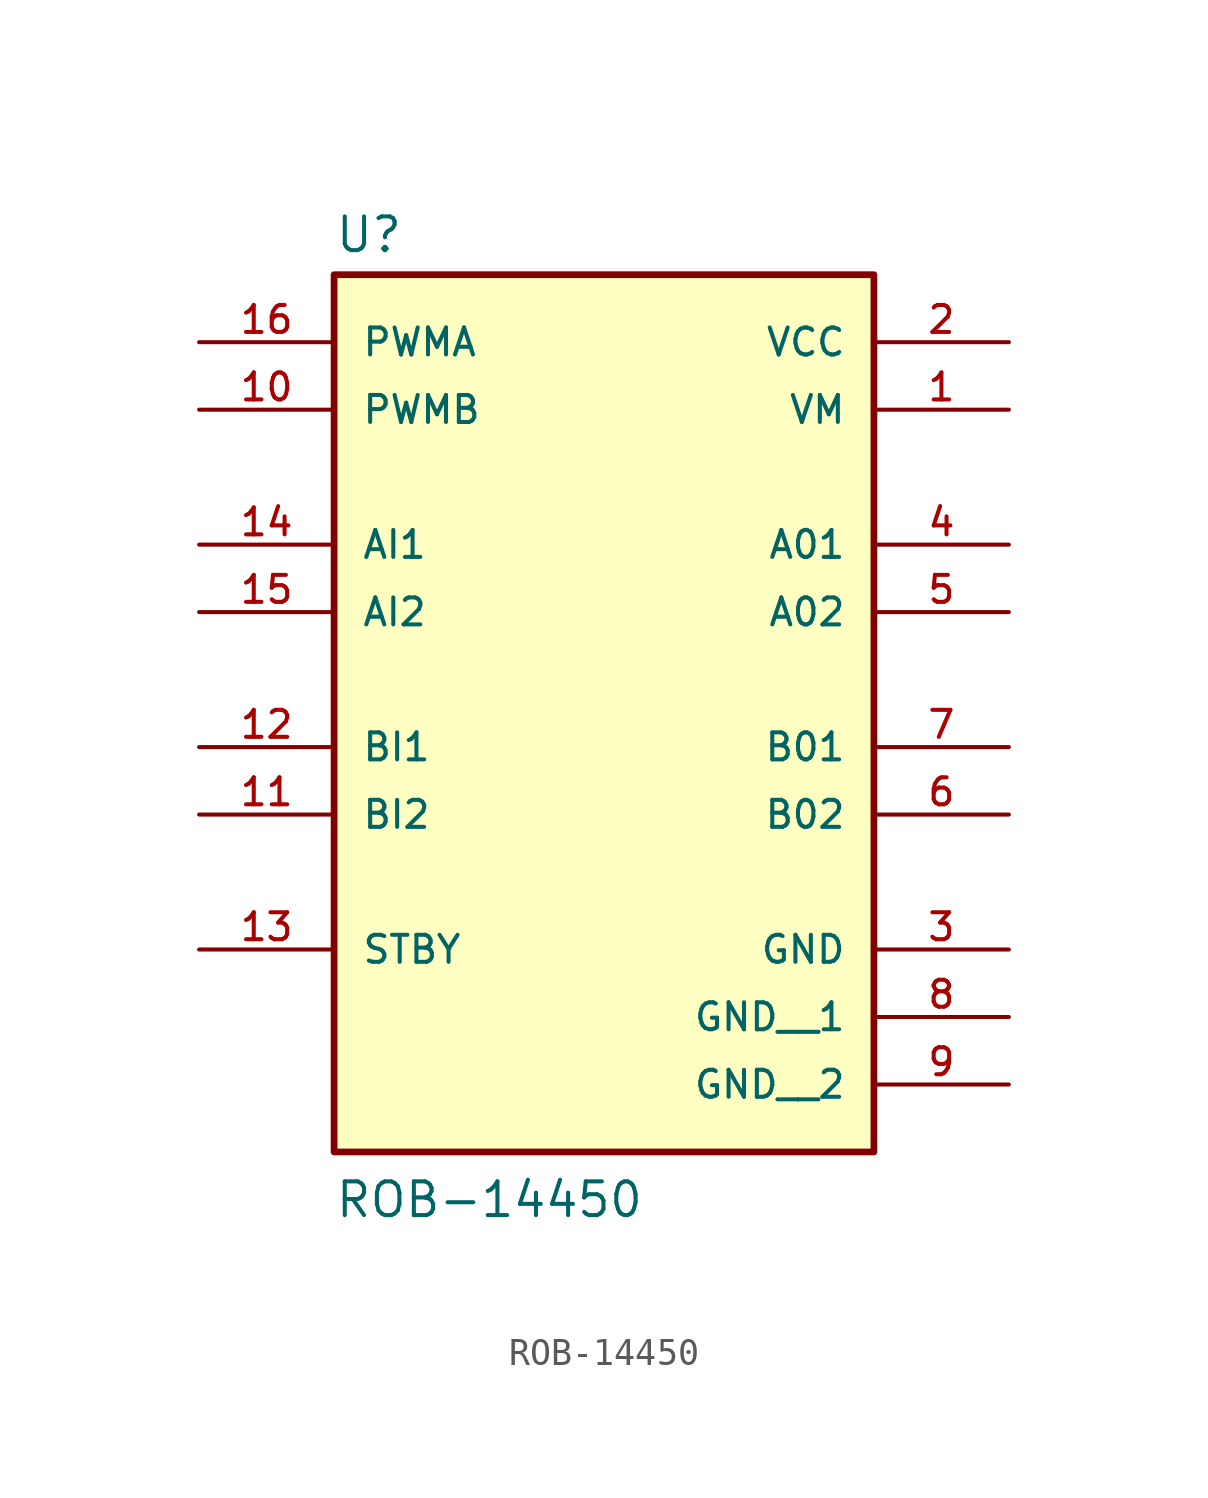
<source format=kicad_sym>
(kicad_symbol_lib
  (version 20211014)
  (generator kicad_symbol_editor)
  (symbol "ROB-14450"
    (pin_names
      (offset 1.016))
    (property "Reference" "U"
      (at -10.16 16.002 0)
      (effects (font (size 1.27 1.27)) (justify bottom left)))
    (property "Value" "ROB-14450"
      (at -10.16 -20.32 0)
      (effects (font (size 1.27 1.27)) (justify bottom left)))
    (symbol "ROB-14450_0_0"
      (rectangle (start -10.16 -17.78) (end 10.16 15.24) (stroke (width 0.254)) (fill (type background)))
      (pin output line (at 15.24 5.08 180.0) (length 5.08) (name "A01" (effects (font (size 1.016 1.016)))) (number "4" (effects (font (size 1.016 1.016)))))
      (pin output line (at 15.24 2.54 180.0) (length 5.08) (name "A02" (effects (font (size 1.016 1.016)))) (number "5" (effects (font (size 1.016 1.016)))))
      (pin output line (at 15.24 -2.54 180.0) (length 5.08) (name "B01" (effects (font (size 1.016 1.016)))) (number "7" (effects (font (size 1.016 1.016)))))
      (pin output line (at 15.24 -5.08 180.0) (length 5.08) (name "B02" (effects (font (size 1.016 1.016)))) (number "6" (effects (font (size 1.016 1.016)))))
      (pin power_in line (at 15.24 12.7 180.0) (length 5.08) (name "VCC" (effects (font (size 1.016 1.016)))) (number "2" (effects (font (size 1.016 1.016)))))
      (pin input line (at -15.24 10.16 0) (length 5.08) (name "PWMB" (effects (font (size 1.016 1.016)))) (number "10" (effects (font (size 1.016 1.016)))))
      (pin input line (at -15.24 -2.54 0) (length 5.08) (name "BI1" (effects (font (size 1.016 1.016)))) (number "12" (effects (font (size 1.016 1.016)))))
      (pin input line (at -15.24 -5.08 0) (length 5.08) (name "BI2" (effects (font (size 1.016 1.016)))) (number "11" (effects (font (size 1.016 1.016)))))
      (pin power_in line (at 15.24 -10.16 180.0) (length 5.08) (name "GND" (effects (font (size 1.016 1.016)))) (number "3" (effects (font (size 1.016 1.016)))))
      (pin input line (at -15.24 -10.16 0) (length 5.08) (name "STBY" (effects (font (size 1.016 1.016)))) (number "13" (effects (font (size 1.016 1.016)))))
      (pin input line (at -15.24 5.08 0) (length 5.08) (name "AI1" (effects (font (size 1.016 1.016)))) (number "14" (effects (font (size 1.016 1.016)))))
      (pin input line (at -15.24 2.54 0) (length 5.08) (name "AI2" (effects (font (size 1.016 1.016)))) (number "15" (effects (font (size 1.016 1.016)))))
      (pin input line (at -15.24 12.7 0) (length 5.08) (name "PWMA" (effects (font (size 1.016 1.016)))) (number "16" (effects (font (size 1.016 1.016)))))
      (pin power_in line (at 15.24 10.16 180.0) (length 5.08) (name "VM" (effects (font (size 1.016 1.016)))) (number "1" (effects (font (size 1.016 1.016)))))
      (pin power_in line (at 15.24 -12.7 180.0) (length 5.08) (name "GND__1" (effects (font (size 1.016 1.016)))) (number "8" (effects (font (size 1.016 1.016)))))
      (pin power_in line (at 15.24 -15.24 180.0) (length 5.08) (name "GND__2" (effects (font (size 1.016 1.016)))) (number "9" (effects (font (size 1.016 1.016))))))))
</source>
